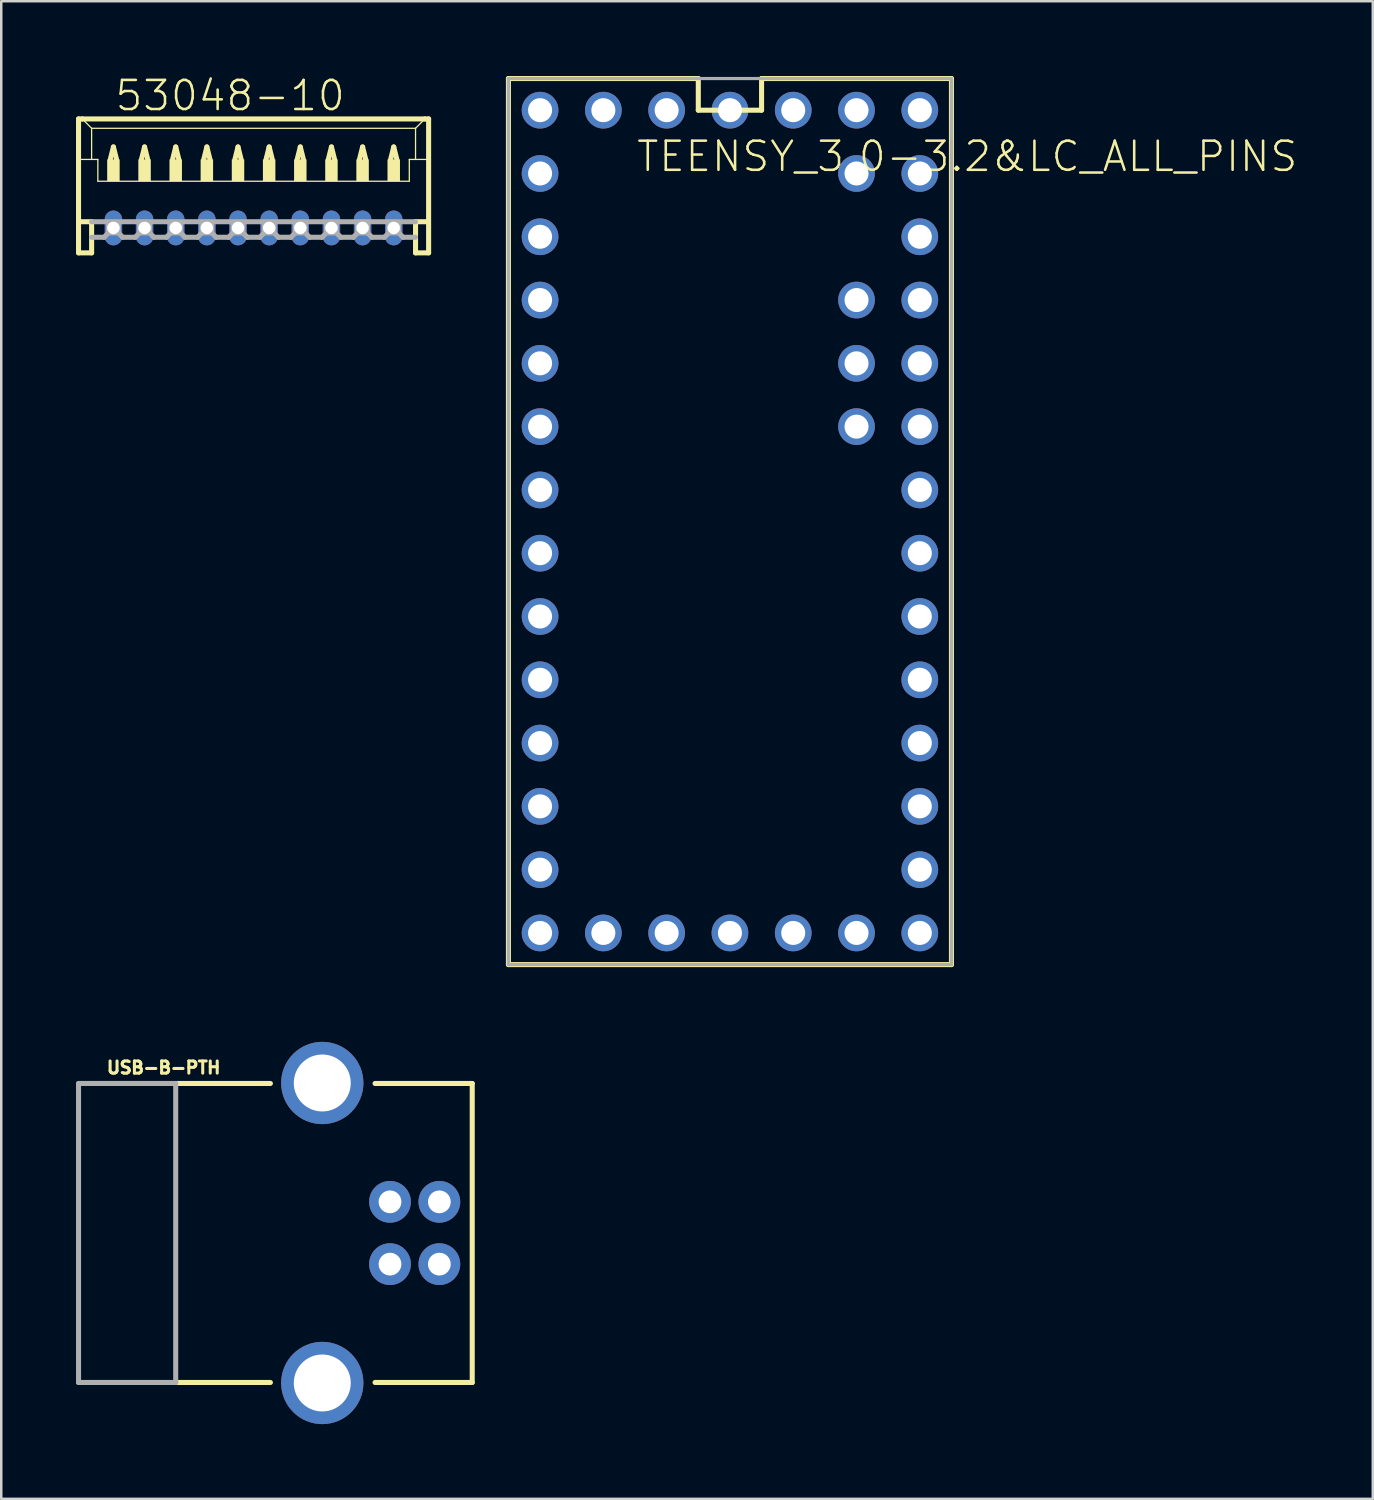
<source format=kicad_pcb>
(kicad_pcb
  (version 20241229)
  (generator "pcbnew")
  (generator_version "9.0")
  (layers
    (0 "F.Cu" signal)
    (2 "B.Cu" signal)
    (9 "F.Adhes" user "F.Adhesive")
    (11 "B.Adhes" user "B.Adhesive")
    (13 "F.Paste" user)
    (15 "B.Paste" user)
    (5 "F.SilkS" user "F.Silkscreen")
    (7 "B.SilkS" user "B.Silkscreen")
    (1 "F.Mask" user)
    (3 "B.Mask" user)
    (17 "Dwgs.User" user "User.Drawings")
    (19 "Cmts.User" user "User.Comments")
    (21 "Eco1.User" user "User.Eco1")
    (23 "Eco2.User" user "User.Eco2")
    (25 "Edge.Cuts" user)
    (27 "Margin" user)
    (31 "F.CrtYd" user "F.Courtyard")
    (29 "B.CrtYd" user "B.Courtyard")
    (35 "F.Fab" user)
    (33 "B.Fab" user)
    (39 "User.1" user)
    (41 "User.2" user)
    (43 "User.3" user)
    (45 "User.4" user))
  (footprint "USB-B-PTH"
    (layer "F.Cu")
    (at 8.602 46.434)
    (property "Reference" "USB-B-PTH" (at -7.43 -6.35 0) (layer "F.SilkS") (effects (font (size 0.488 0.488) (thickness 0.122)) (justify left bottom)))
    (fp_line (start -4.6 -6) (end -0.8 -6) (stroke (width 0.203) (type solid)) (layer "F.SilkS"))
    (fp_line (start -4.6 6) (end -0.8 6) (stroke (width 0.203) (type solid)) (layer "F.SilkS"))
    (fp_line (start 3.4 6) (end 7.3 6) (stroke (width 0.203) (type solid)) (layer "F.SilkS"))
    (fp_line (start 7.3 -6) (end 3.4 -6) (stroke (width 0.203) (type solid)) (layer "F.SilkS"))
    (fp_line (start 7.3 6) (end 7.3 -6) (stroke (width 0.203) (type solid)) (layer "F.SilkS"))
    (fp_line (start -8.5 -6) (end -4.6 -6) (stroke (width 0.203) (type solid)) (layer "F.Fab"))
    (fp_line (start -8.5 6) (end -8.5 -6) (stroke (width 0.203) (type solid)) (layer "F.Fab"))
    (fp_line (start -4.6 -6) (end -4.6 6) (stroke (width 0.203) (type solid)) (layer "F.Fab"))
    (fp_line (start -4.6 6) (end -8.5 6) (stroke (width 0.203) (type solid)) (layer "F.Fab"))
    (pad "D+" thru_hole circle (at 4 -1.25 270) (size 1.676 1.676) (drill 0.914) (layers "*.Cu" "*.Mask"))
    (pad "D-" thru_hole circle (at 5.981 -1.25 90) (size 1.676 1.676) (drill 0.914) (layers "*.Cu" "*.Mask"))
    (pad "GND" thru_hole circle (at 4 1.25 270) (size 1.676 1.676) (drill 0.914) (layers "*.Cu" "*.Mask"))
    (pad "SHLD1" thru_hole circle (at 1.282 6.02) (size 3.302 3.302) (drill 2.286) (layers "*.Cu" "*.Mask"))
    (pad "SHLD2" thru_hole circle (at 1.282 -6.02) (size 3.302 3.302) (drill 2.286) (layers "*.Cu" "*.Mask"))
    (pad "VBUS" thru_hole circle (at 5.981 1.25 90) (size 1.676 1.676) (drill 0.914) (layers "*.Cu" "*.Mask")))
  (footprint "53048-10"
    (layer "F.Cu")
    (at 7.127 4.848)
    (property "Reference" "53048-10" (at -5.625 -3.375 0) (layer "F.SilkS") (effects (font (size 1.168 1.168) (thickness 0.102)) (justify left bottom)))
    (fp_line (start -7.025 -3.125) (end -7.025 2.25) (stroke (width 0.203) (type solid)) (layer "F.SilkS"))
    (fp_line (start -7.025 2.25) (end -6.5 2.25) (stroke (width 0.203) (type solid)) (layer "F.SilkS"))
    (fp_line (start -7 -1.5) (end -6.5 -1.5) (stroke (width 0.051) (type solid)) (layer "F.SilkS"))
    (fp_line (start -7 1) (end -6.5 1) (stroke (width 0.203) (type solid)) (layer "F.SilkS"))
    (fp_line (start -6.875 -3.125) (end -7.025 -3.125) (stroke (width 0.203) (type solid)) (layer "F.SilkS"))
    (fp_line (start -6.5 -2.75) (end -6.875 -3.125) (stroke (width 0.051) (type solid)) (layer "F.SilkS"))
    (fp_line (start -6.5 -2.75) (end 6.5 -2.75) (stroke (width 0.051) (type solid)) (layer "F.SilkS"))
    (fp_line (start -6.5 -1.5) (end -6.5 -2.75) (stroke (width 0.051) (type solid)) (layer "F.SilkS"))
    (fp_line (start -6.5 -1.5) (end -6.25 -1.5) (stroke (width 0.051) (type solid)) (layer "F.SilkS"))
    (fp_line (start -6.5 1) (end -6.5 2.25) (stroke (width 0.203) (type solid)) (layer "F.SilkS"))
    (fp_line (start -6.25 -1.5) (end -6.25 -0.625) (stroke (width 0.051) (type solid)) (layer "F.SilkS"))
    (fp_line (start -6.25 -0.625) (end 6.25 -0.625) (stroke (width 0.051) (type solid)) (layer "F.SilkS"))
    (fp_line (start -5.75 -1.5) (end -5.625 -2) (stroke (width 0.203) (type solid)) (layer "F.SilkS"))
    (fp_line (start -5.625 -2) (end -5.5 -1.5) (stroke (width 0.203) (type solid)) (layer "F.SilkS"))
    (fp_line (start -4.5 -1.5) (end -4.375 -2) (stroke (width 0.203) (type solid)) (layer "F.SilkS"))
    (fp_line (start -4.375 -2) (end -4.25 -1.5) (stroke (width 0.203) (type solid)) (layer "F.SilkS"))
    (fp_line (start -3.25 -1.5) (end -3.125 -2) (stroke (width 0.203) (type solid)) (layer "F.SilkS"))
    (fp_line (start -3.125 -2) (end -3 -1.5) (stroke (width 0.203) (type solid)) (layer "F.SilkS"))
    (fp_line (start -2 -1.5) (end -1.875 -2) (stroke (width 0.203) (type solid)) (layer "F.SilkS"))
    (fp_line (start -1.875 -2) (end -1.75 -1.5) (stroke (width 0.203) (type solid)) (layer "F.SilkS"))
    (fp_line (start -0.75 -1.5) (end -0.625 -2) (stroke (width 0.203) (type solid)) (layer "F.SilkS"))
    (fp_line (start -0.625 -2) (end -0.5 -1.5) (stroke (width 0.203) (type solid)) (layer "F.SilkS"))
    (fp_line (start 0.5 -1.5) (end 0.625 -2) (stroke (width 0.203) (type solid)) (layer "F.SilkS"))
    (fp_line (start 0.625 -2) (end 0.75 -1.5) (stroke (width 0.203) (type solid)) (layer "F.SilkS"))
    (fp_line (start 1.75 -1.5) (end 1.875 -2) (stroke (width 0.203) (type solid)) (layer "F.SilkS"))
    (fp_line (start 1.875 -2) (end 2 -1.5) (stroke (width 0.203) (type solid)) (layer "F.SilkS"))
    (fp_line (start 3 -1.5) (end 3.125 -2) (stroke (width 0.203) (type solid)) (layer "F.SilkS"))
    (fp_line (start 3.125 -2) (end 3.25 -1.5) (stroke (width 0.203) (type solid)) (layer "F.SilkS"))
    (fp_line (start 4.25 -1.5) (end 4.375 -2) (stroke (width 0.203) (type solid)) (layer "F.SilkS"))
    (fp_line (start 4.375 -2) (end 4.5 -1.5) (stroke (width 0.203) (type solid)) (layer "F.SilkS"))
    (fp_line (start 5.5 -1.5) (end 5.625 -2) (stroke (width 0.203) (type solid)) (layer "F.SilkS"))
    (fp_line (start 5.625 -2) (end 5.75 -1.5) (stroke (width 0.203) (type solid)) (layer "F.SilkS"))
    (fp_line (start 6.25 -1.5) (end 6.25 -0.625) (stroke (width 0.051) (type solid)) (layer "F.SilkS"))
    (fp_line (start 6.25 -1.5) (end 6.5 -1.5) (stroke (width 0.051) (type solid)) (layer "F.SilkS"))
    (fp_line (start 6.5 -2.75) (end 6.5 -1.5) (stroke (width 0.051) (type solid)) (layer "F.SilkS"))
    (fp_line (start 6.5 -2.75) (end 6.875 -3.125) (stroke (width 0.051) (type solid)) (layer "F.SilkS"))
    (fp_line (start 6.5 -1.5) (end 7 -1.5) (stroke (width 0.051) (type solid)) (layer "F.SilkS"))
    (fp_line (start 6.5 1) (end 6.5 2.25) (stroke (width 0.203) (type solid)) (layer "F.SilkS"))
    (fp_line (start 6.5 1) (end 7 1) (stroke (width 0.203) (type solid)) (layer "F.SilkS"))
    (fp_line (start 6.5 2.25) (end 7.025 2.25) (stroke (width 0.203) (type solid)) (layer "F.SilkS"))
    (fp_line (start 6.875 -3.125) (end -6.875 -3.125) (stroke (width 0.203) (type solid)) (layer "F.SilkS"))
    (fp_line (start 7.025 -3.125) (end 6.875 -3.125) (stroke (width 0.203) (type solid)) (layer "F.SilkS"))
    (fp_line (start 7.025 2.25) (end 7.025 -3.125) (stroke (width 0.203) (type solid)) (layer "F.SilkS"))
    (fp_poly (pts (xy -5.875 -0.625) (xy -5.375 -0.625) (xy -5.375 -1.5) (xy -5.875 -1.5)) (stroke (width 0) (type solid)) (fill yes) (layer "F.SilkS"))
    (fp_poly (pts (xy -4.625 -0.625) (xy -4.125 -0.625) (xy -4.125 -1.5) (xy -4.625 -1.5)) (stroke (width 0) (type solid)) (fill yes) (layer "F.SilkS"))
    (fp_poly (pts (xy -3.375 -0.625) (xy -2.875 -0.625) (xy -2.875 -1.5) (xy -3.375 -1.5)) (stroke (width 0) (type solid)) (fill yes) (layer "F.SilkS"))
    (fp_poly (pts (xy -2.125 -0.625) (xy -1.625 -0.625) (xy -1.625 -1.5) (xy -2.125 -1.5)) (stroke (width 0) (type solid)) (fill yes) (layer "F.SilkS"))
    (fp_poly (pts (xy -0.875 -0.625) (xy -0.375 -0.625) (xy -0.375 -1.5) (xy -0.875 -1.5)) (stroke (width 0) (type solid)) (fill yes) (layer "F.SilkS"))
    (fp_poly (pts (xy 0.375 -0.625) (xy 0.875 -0.625) (xy 0.875 -1.5) (xy 0.375 -1.5)) (stroke (width 0) (type solid)) (fill yes) (layer "F.SilkS"))
    (fp_poly (pts (xy 1.625 -0.625) (xy 2.125 -0.625) (xy 2.125 -1.5) (xy 1.625 -1.5)) (stroke (width 0) (type solid)) (fill yes) (layer "F.SilkS"))
    (fp_poly (pts (xy 2.875 -0.625) (xy 3.375 -0.625) (xy 3.375 -1.5) (xy 2.875 -1.5)) (stroke (width 0) (type solid)) (fill yes) (layer "F.SilkS"))
    (fp_poly (pts (xy 4.125 -0.625) (xy 4.625 -0.625) (xy 4.625 -1.5) (xy 4.125 -1.5)) (stroke (width 0) (type solid)) (fill yes) (layer "F.SilkS"))
    (fp_poly (pts (xy 5.375 -0.625) (xy 5.875 -0.625) (xy 5.875 -1.5) (xy 5.375 -1.5)) (stroke (width 0) (type solid)) (fill yes) (layer "F.SilkS"))
    (fp_line (start -6.5 1) (end 6.5 1) (stroke (width 0.203) (type solid)) (layer "F.Fab"))
    (fp_line (start -6 1.625) (end -6.5 1.625) (stroke (width 0.203) (type solid)) (layer "F.Fab"))
    (fp_line (start -5.875 1.5) (end -6 1.625) (stroke (width 0.203) (type solid)) (layer "F.Fab"))
    (fp_line (start -5.375 1.5) (end -5.25 1.625) (stroke (width 0.203) (type solid)) (layer "F.Fab"))
    (fp_line (start -4.75 1.625) (end -5.25 1.625) (stroke (width 0.203) (type solid)) (layer "F.Fab"))
    (fp_line (start -4.625 1.5) (end -4.75 1.625) (stroke (width 0.203) (type solid)) (layer "F.Fab"))
    (fp_line (start -4.125 1.5) (end -4 1.625) (stroke (width 0.203) (type solid)) (layer "F.Fab"))
    (fp_line (start -3.5 1.625) (end -4 1.625) (stroke (width 0.203) (type solid)) (layer "F.Fab"))
    (fp_line (start -3.375 1.5) (end -3.5 1.625) (stroke (width 0.203) (type solid)) (layer "F.Fab"))
    (fp_line (start -2.875 1.5) (end -2.75 1.625) (stroke (width 0.203) (type solid)) (layer "F.Fab"))
    (fp_line (start -2.25 1.625) (end -2.75 1.625) (stroke (width 0.203) (type solid)) (layer "F.Fab"))
    (fp_line (start -2.125 1.5) (end -2.25 1.625) (stroke (width 0.203) (type solid)) (layer "F.Fab"))
    (fp_line (start -1.625 1.5) (end -1.5 1.625) (stroke (width 0.203) (type solid)) (layer "F.Fab"))
    (fp_line (start -1 1.625) (end -1.5 1.625) (stroke (width 0.203) (type solid)) (layer "F.Fab"))
    (fp_line (start -0.875 1.5) (end -1 1.625) (stroke (width 0.203) (type solid)) (layer "F.Fab"))
    (fp_line (start -0.375 1.5) (end -0.25 1.625) (stroke (width 0.203) (type solid)) (layer "F.Fab"))
    (fp_line (start 0.25 1.625) (end -0.25 1.625) (stroke (width 0.203) (type solid)) (layer "F.Fab"))
    (fp_line (start 0.375 1.5) (end 0.25 1.625) (stroke (width 0.203) (type solid)) (layer "F.Fab"))
    (fp_line (start 0.875 1.5) (end 1 1.625) (stroke (width 0.203) (type solid)) (layer "F.Fab"))
    (fp_line (start 1.5 1.625) (end 1 1.625) (stroke (width 0.203) (type solid)) (layer "F.Fab"))
    (fp_line (start 1.625 1.5) (end 1.5 1.625) (stroke (width 0.203) (type solid)) (layer "F.Fab"))
    (fp_line (start 2.125 1.5) (end 2.25 1.625) (stroke (width 0.203) (type solid)) (layer "F.Fab"))
    (fp_line (start 2.75 1.625) (end 2.25 1.625) (stroke (width 0.203) (type solid)) (layer "F.Fab"))
    (fp_line (start 2.875 1.5) (end 2.75 1.625) (stroke (width 0.203) (type solid)) (layer "F.Fab"))
    (fp_line (start 3.375 1.5) (end 3.5 1.625) (stroke (width 0.203) (type solid)) (layer "F.Fab"))
    (fp_line (start 4 1.625) (end 3.5 1.625) (stroke (width 0.203) (type solid)) (layer "F.Fab"))
    (fp_line (start 4.125 1.5) (end 4 1.625) (stroke (width 0.203) (type solid)) (layer "F.Fab"))
    (fp_line (start 4.625 1.5) (end 4.75 1.625) (stroke (width 0.203) (type solid)) (layer "F.Fab"))
    (fp_line (start 5.25 1.625) (end 4.75 1.625) (stroke (width 0.203) (type solid)) (layer "F.Fab"))
    (fp_line (start 5.375 1.5) (end 5.25 1.625) (stroke (width 0.203) (type solid)) (layer "F.Fab"))
    (fp_line (start 5.875 1.5) (end 6 1.625) (stroke (width 0.203) (type solid)) (layer "F.Fab"))
    (fp_line (start 6.5 1.625) (end 6 1.625) (stroke (width 0.203) (type solid)) (layer "F.Fab"))
    (fp_poly (pts (xy -5.875 1.5) (xy -5.375 1.5) (xy -5.375 1) (xy -5.875 1)) (stroke (width 0.1) (type solid)) (fill no) (layer "F.Fab"))
    (fp_poly (pts (xy -4.625 1.5) (xy -4.125 1.5) (xy -4.125 1) (xy -4.625 1)) (stroke (width 0.1) (type solid)) (fill no) (layer "F.Fab"))
    (fp_poly (pts (xy -3.375 1.5) (xy -2.875 1.5) (xy -2.875 1) (xy -3.375 1)) (stroke (width 0.1) (type solid)) (fill no) (layer "F.Fab"))
    (fp_poly (pts (xy -2.125 1.5) (xy -1.625 1.5) (xy -1.625 1) (xy -2.125 1)) (stroke (width 0.1) (type solid)) (fill no) (layer "F.Fab"))
    (fp_poly (pts (xy -0.875 1.5) (xy -0.375 1.5) (xy -0.375 1) (xy -0.875 1)) (stroke (width 0.1) (type solid)) (fill no) (layer "F.Fab"))
    (fp_poly (pts (xy 0.375 1.5) (xy 0.875 1.5) (xy 0.875 1) (xy 0.375 1)) (stroke (width 0.1) (type solid)) (fill no) (layer "F.Fab"))
    (fp_poly (pts (xy 1.625 1.5) (xy 2.125 1.5) (xy 2.125 1) (xy 1.625 1)) (stroke (width 0.1) (type solid)) (fill no) (layer "F.Fab"))
    (fp_poly (pts (xy 2.875 1.5) (xy 3.375 1.5) (xy 3.375 1) (xy 2.875 1)) (stroke (width 0.1) (type solid)) (fill no) (layer "F.Fab"))
    (fp_poly (pts (xy 4.125 1.5) (xy 4.625 1.5) (xy 4.625 1) (xy 4.125 1)) (stroke (width 0.1) (type solid)) (fill no) (layer "F.Fab"))
    (fp_poly (pts (xy 5.375 1.5) (xy 5.875 1.5) (xy 5.875 1) (xy 5.375 1)) (stroke (width 0.1) (type solid)) (fill no) (layer "F.Fab"))
    (pad "1" thru_hole oval (at 5.625 1.25 90) (size 1.397 0.698) (drill 0.5) (layers "*.Cu" "*.Mask"))
    (pad "2" thru_hole oval (at 4.375 1.25 90) (size 1.397 0.698) (drill 0.5) (layers "*.Cu" "*.Mask"))
    (pad "3" thru_hole oval (at 3.125 1.25 90) (size 1.397 0.698) (drill 0.5) (layers "*.Cu" "*.Mask"))
    (pad "4" thru_hole oval (at 1.875 1.25 90) (size 1.397 0.698) (drill 0.5) (layers "*.Cu" "*.Mask"))
    (pad "5" thru_hole oval (at 0.625 1.25 90) (size 1.397 0.698) (drill 0.5) (layers "*.Cu" "*.Mask"))
    (pad "6" thru_hole oval (at -0.625 1.25 90) (size 1.397 0.698) (drill 0.5) (layers "*.Cu" "*.Mask"))
    (pad "7" thru_hole oval (at -1.875 1.25 90) (size 1.397 0.698) (drill 0.5) (layers "*.Cu" "*.Mask"))
    (pad "8" thru_hole oval (at -3.125 1.25 90) (size 1.397 0.698) (drill 0.5) (layers "*.Cu" "*.Mask"))
    (pad "9" thru_hole oval (at -4.375 1.25 90) (size 1.397 0.698) (drill 0.5) (layers "*.Cu" "*.Mask"))
    (pad "10" thru_hole oval (at -5.625 1.25 90) (size 1.397 0.698) (drill 0.5) (layers "*.Cu" "*.Mask")))
  (footprint "TEENSY_3.0-3.2&LC_ALL_PINS"
    (layer "F.Cu")
    (at 26.245 17.882)
    (property "Reference" "TEENSY_3.0-3.2&LC_ALL_PINS" (at -3.81 -13.97 0) (layer "F.SilkS") (effects (font (size 1.168 1.168) (thickness 0.102)) (justify left bottom)))
    (fp_line (start -8.89 -17.78) (end -1.27 -17.78) (stroke (width 0.203) (type solid)) (layer "F.SilkS"))
    (fp_line (start -8.89 17.78) (end -8.89 -17.78) (stroke (width 0.203) (type solid)) (layer "F.SilkS"))
    (fp_line (start -1.27 -17.78) (end -1.27 -16.51) (stroke (width 0.203) (type solid)) (layer "F.SilkS"))
    (fp_line (start -1.27 -16.51) (end 1.27 -16.51) (stroke (width 0.203) (type solid)) (layer "F.SilkS"))
    (fp_line (start 1.27 -17.78) (end 8.89 -17.78) (stroke (width 0.203) (type solid)) (layer "F.SilkS"))
    (fp_line (start 1.27 -16.51) (end 1.27 -17.78) (stroke (width 0.203) (type solid)) (layer "F.SilkS"))
    (fp_line (start 8.89 -17.78) (end 8.89 17.78) (stroke (width 0.203) (type solid)) (layer "F.SilkS"))
    (fp_line (start 8.89 17.78) (end -8.89 17.78) (stroke (width 0.203) (type solid)) (layer "F.SilkS"))
    (fp_line (start -8.89 -17.78) (end 8.89 -17.78) (stroke (width 0.127) (type solid)) (layer "F.Fab"))
    (fp_line (start -8.89 17.78) (end -8.89 -17.78) (stroke (width 0.127) (type solid)) (layer "F.Fab"))
    (fp_line (start 8.89 -17.78) (end 8.89 17.78) (stroke (width 0.127) (type solid)) (layer "F.Fab"))
    (fp_line (start 8.89 17.78) (end -8.89 17.78) (stroke (width 0.127) (type solid)) (layer "F.Fab"))
    (pad "0" thru_hole circle (at -7.62 -13.97) (size 1.473 1.473) (drill 0.965) (layers "*.Cu" "*.Mask"))
    (pad "1" thru_hole circle (at -7.62 -11.43) (size 1.473 1.473) (drill 0.965) (layers "*.Cu" "*.Mask"))
    (pad "2" thru_hole circle (at -7.62 -8.89) (size 1.473 1.473) (drill 0.965) (layers "*.Cu" "*.Mask"))
    (pad "3" thru_hole circle (at -7.62 -6.35) (size 1.473 1.473) (drill 0.965) (layers "*.Cu" "*.Mask"))
    (pad "3.3V" thru_hole circle (at 7.62 -11.43) (size 1.473 1.473) (drill 0.965) (layers "*.Cu" "*.Mask"))
    (pad "3.3V1" thru_hole circle (at -2.54 16.51) (size 1.473 1.473) (drill 0.965) (layers "*.Cu" "*.Mask"))
    (pad "4" thru_hole circle (at -7.62 -3.81) (size 1.473 1.473) (drill 0.965) (layers "*.Cu" "*.Mask"))
    (pad "5" thru_hole circle (at -7.62 -1.27) (size 1.473 1.473) (drill 0.965) (layers "*.Cu" "*.Mask"))
    (pad "6" thru_hole circle (at -7.62 1.27) (size 1.473 1.473) (drill 0.965) (layers "*.Cu" "*.Mask"))
    (pad "7" thru_hole circle (at -7.62 3.81) (size 1.473 1.473) (drill 0.965) (layers "*.Cu" "*.Mask"))
    (pad "8" thru_hole circle (at -7.62 6.35) (size 1.473 1.473) (drill 0.965) (layers "*.Cu" "*.Mask"))
    (pad "9" thru_hole circle (at -7.62 8.89) (size 1.473 1.473) (drill 0.965) (layers "*.Cu" "*.Mask"))
    (pad "10" thru_hole circle (at -7.62 11.43) (size 1.473 1.473) (drill 0.965) (layers "*.Cu" "*.Mask"))
    (pad "11" thru_hole circle (at -7.62 13.97) (size 1.473 1.473) (drill 0.965) (layers "*.Cu" "*.Mask"))
    (pad "12" thru_hole circle (at -7.62 16.51) (size 1.473 1.473) (drill 0.965) (layers "*.Cu" "*.Mask"))
    (pad "13" thru_hole circle (at 7.62 16.51) (size 1.473 1.473) (drill 0.965) (layers "*.Cu" "*.Mask"))
    (pad "14/A0" thru_hole circle (at 7.62 13.97) (size 1.473 1.473) (drill 0.965) (layers "*.Cu" "*.Mask"))
    (pad "15/A1" thru_hole circle (at 7.62 11.43) (size 1.473 1.473) (drill 0.965) (layers "*.Cu" "*.Mask"))
    (pad "16/A2" thru_hole circle (at 7.62 8.89) (size 1.473 1.473) (drill 0.965) (layers "*.Cu" "*.Mask"))
    (pad "17/A3" thru_hole circle (at 7.62 6.35) (size 1.473 1.473) (drill 0.965) (layers "*.Cu" "*.Mask"))
    (pad "18/A4" thru_hole circle (at 7.62 3.81) (size 1.473 1.473) (drill 0.965) (layers "*.Cu" "*.Mask"))
    (pad "19/A5" thru_hole circle (at 7.62 1.27) (size 1.473 1.473) (drill 0.965) (layers "*.Cu" "*.Mask"))
    (pad "20/A6" thru_hole circle (at 7.62 -1.27) (size 1.473 1.473) (drill 0.965) (layers "*.Cu" "*.Mask"))
    (pad "21/A7" thru_hole circle (at 7.62 -3.81) (size 1.473 1.473) (drill 0.965) (layers "*.Cu" "*.Mask"))
    (pad "22/A8" thru_hole circle (at 7.62 -6.35) (size 1.473 1.473) (drill 0.965) (layers "*.Cu" "*.Mask"))
    (pad "23/A9" thru_hole circle (at 7.62 -8.89) (size 1.473 1.473) (drill 0.965) (layers "*.Cu" "*.Mask"))
    (pad "A10" thru_hole circle (at 5.08 -6.35) (size 1.473 1.473) (drill 0.965) (layers "*.Cu" "*.Mask"))
    (pad "A11" thru_hole circle (at 5.08 -3.81) (size 1.473 1.473) (drill 0.965) (layers "*.Cu" "*.Mask"))
    (pad "AGND" thru_hole circle (at 7.62 -13.97) (size 1.473 1.473) (drill 0.965) (layers "*.Cu" "*.Mask"))
    (pad "AREF" thru_hole circle (at 5.08 -8.89) (size 1.473 1.473) (drill 0.965) (layers "*.Cu" "*.Mask"))
    (pad "D+" thru_hole circle (at -2.54 -16.51) (size 1.473 1.473) (drill 0.965) (layers "*.Cu" "*.Mask"))
    (pad "D-" thru_hole circle (at 0 -16.51) (size 1.473 1.473) (drill 0.965) (layers "*.Cu" "*.Mask"))
    (pad "GND" thru_hole circle (at -7.62 -16.51) (size 1.473 1.473) (drill 0.965) (layers "*.Cu" "*.Mask"))
    (pad "GND1" thru_hole circle (at 0 16.51) (size 1.473 1.473) (drill 0.965) (layers "*.Cu" "*.Mask"))
    (pad "GND_PAD" thru_hole circle (at -5.08 -16.51) (size 1.473 1.473) (drill 0.965) (layers "*.Cu" "*.Mask"))
    (pad "PGM" thru_hole circle (at 2.54 16.51) (size 1.473 1.473) (drill 0.965) (layers "*.Cu" "*.Mask"))
    (pad "RESET/DAC" thru_hole circle (at 5.08 16.51) (size 1.473 1.473) (drill 0.965) (layers "*.Cu" "*.Mask"))
    (pad "VBAT" thru_hole circle (at -5.08 16.51) (size 1.473 1.473) (drill 0.965) (layers "*.Cu" "*.Mask"))
    (pad "VIN" thru_hole circle (at 7.62 -16.51) (size 1.473 1.473) (drill 0.965) (layers "*.Cu" "*.Mask"))
    (pad "VIN_PAD" thru_hole circle (at 5.08 -16.51) (size 1.473 1.473) (drill 0.965) (layers "*.Cu" "*.Mask"))
    (pad "VUSB" thru_hole circle (at 5.08 -13.97) (size 1.473 1.473) (drill 0.965) (layers "*.Cu" "*.Mask"))
    (pad "VUSB_PAD" thru_hole circle (at 2.54 -16.51) (size 1.473 1.473) (drill 0.965) (layers "*.Cu" "*.Mask")))
  (gr_rect
    (start -3 -3)
    (end 52.045 57.105)
    (stroke (width 0.1) (type default))
    (fill no)
    (layer "Edge.Cuts")))
</source>
